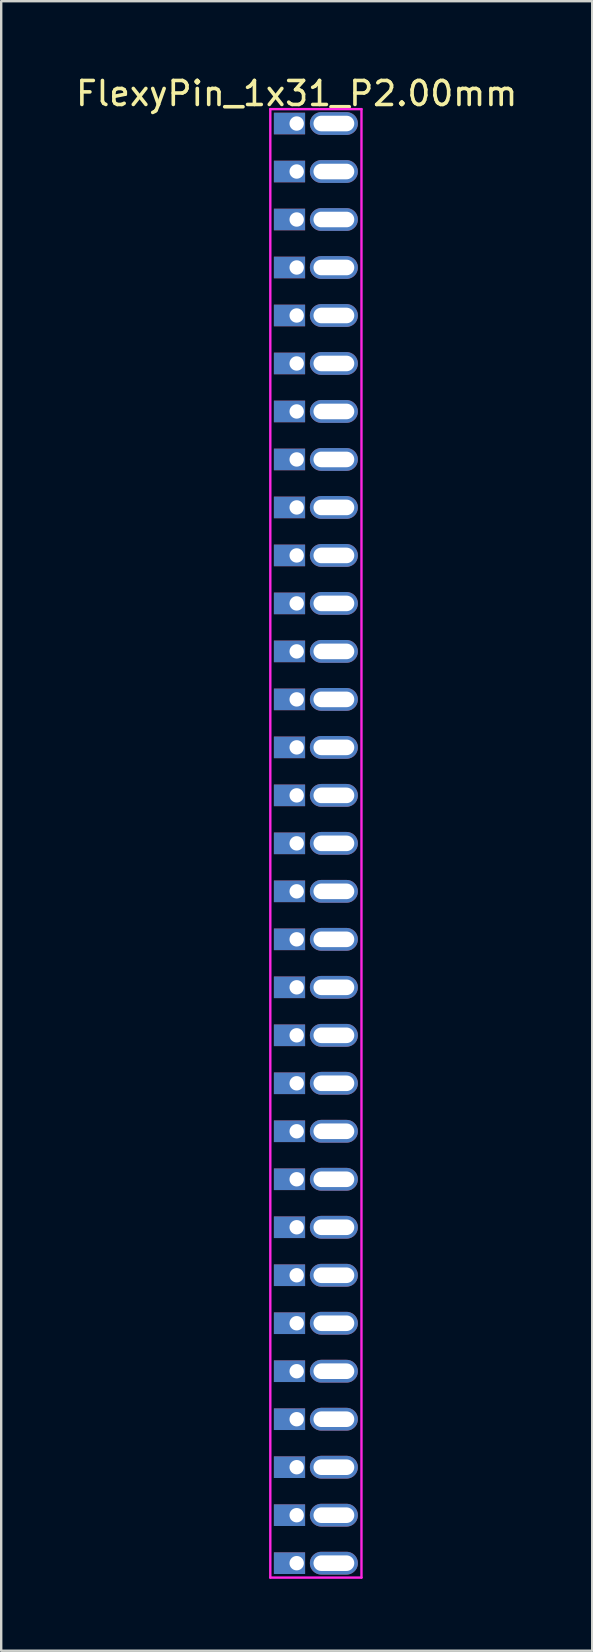
<source format=kicad_pcb>
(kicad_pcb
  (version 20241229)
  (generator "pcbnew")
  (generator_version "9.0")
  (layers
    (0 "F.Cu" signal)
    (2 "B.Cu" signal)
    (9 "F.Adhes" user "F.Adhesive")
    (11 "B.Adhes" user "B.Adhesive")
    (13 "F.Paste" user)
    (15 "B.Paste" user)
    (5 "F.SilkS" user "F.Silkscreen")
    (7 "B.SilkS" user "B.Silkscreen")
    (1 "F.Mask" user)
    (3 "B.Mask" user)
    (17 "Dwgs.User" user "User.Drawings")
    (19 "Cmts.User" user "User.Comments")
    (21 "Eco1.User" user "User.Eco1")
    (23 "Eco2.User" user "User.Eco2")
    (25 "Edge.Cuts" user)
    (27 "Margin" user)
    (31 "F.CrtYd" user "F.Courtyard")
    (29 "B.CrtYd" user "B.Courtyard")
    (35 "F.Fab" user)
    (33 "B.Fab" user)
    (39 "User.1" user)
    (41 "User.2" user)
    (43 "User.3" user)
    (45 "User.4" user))
  (footprint "FlexyPin_1x31_P2.00mm"
    (layer "F.Cu")
    (at 9.315 2.098)
    (property "Reference" "FlexyPin_1x31_P2.00mm" (at 0 -1.25 0) (layer "F.SilkS") (effects (font (size 1 1) (thickness 0.15))))
    (attr through_hole)
    (fp_line (start -1.1 -0.6) (end 2.7 -0.6) (stroke (width 0.1) (type solid)) (layer "F.CrtYd"))
    (fp_line (start -1.1 60.6) (end -1.1 -0.6) (stroke (width 0.1) (type solid)) (layer "F.CrtYd"))
    (fp_line (start 2.7 -0.6) (end 2.7 60.6) (stroke (width 0.1) (type solid)) (layer "F.CrtYd"))
    (fp_line (start 2.7 60.6) (end -1.1 60.6) (stroke (width 0.1) (type solid)) (layer "F.CrtYd"))
    (pad "" thru_hole oval (at 1.55 0) (size 2 0.95) (drill oval 1.7 0.65) (layers "*.Cu" "*.Mask"))
    (pad "" thru_hole oval (at 1.55 2) (size 2 0.95) (drill oval 1.7 0.65) (layers "*.Cu" "*.Mask"))
    (pad "" thru_hole oval (at 1.55 4) (size 2 0.95) (drill oval 1.7 0.65) (layers "*.Cu" "*.Mask"))
    (pad "" thru_hole oval (at 1.55 6) (size 2 0.95) (drill oval 1.7 0.65) (layers "*.Cu" "*.Mask"))
    (pad "" thru_hole oval (at 1.55 8) (size 2 0.95) (drill oval 1.7 0.65) (layers "*.Cu" "*.Mask"))
    (pad "" thru_hole oval (at 1.55 10) (size 2 0.95) (drill oval 1.7 0.65) (layers "*.Cu" "*.Mask"))
    (pad "" thru_hole oval (at 1.55 12) (size 2 0.95) (drill oval 1.7 0.65) (layers "*.Cu" "*.Mask"))
    (pad "" thru_hole oval (at 1.55 14) (size 2 0.95) (drill oval 1.7 0.65) (layers "*.Cu" "*.Mask"))
    (pad "" thru_hole oval (at 1.55 16) (size 2 0.95) (drill oval 1.7 0.65) (layers "*.Cu" "*.Mask"))
    (pad "" thru_hole oval (at 1.55 18) (size 2 0.95) (drill oval 1.7 0.65) (layers "*.Cu" "*.Mask"))
    (pad "" thru_hole oval (at 1.55 20) (size 2 0.95) (drill oval 1.7 0.65) (layers "*.Cu" "*.Mask"))
    (pad "" thru_hole oval (at 1.55 22) (size 2 0.95) (drill oval 1.7 0.65) (layers "*.Cu" "*.Mask"))
    (pad "" thru_hole oval (at 1.55 24) (size 2 0.95) (drill oval 1.7 0.65) (layers "*.Cu" "*.Mask"))
    (pad "" thru_hole oval (at 1.55 26) (size 2 0.95) (drill oval 1.7 0.65) (layers "*.Cu" "*.Mask"))
    (pad "" thru_hole oval (at 1.55 28) (size 2 0.95) (drill oval 1.7 0.65) (layers "*.Cu" "*.Mask"))
    (pad "" thru_hole oval (at 1.55 30) (size 2 0.95) (drill oval 1.7 0.65) (layers "*.Cu" "*.Mask"))
    (pad "" thru_hole oval (at 1.55 32) (size 2 0.95) (drill oval 1.7 0.65) (layers "*.Cu" "*.Mask"))
    (pad "" thru_hole oval (at 1.55 34) (size 2 0.95) (drill oval 1.7 0.65) (layers "*.Cu" "*.Mask"))
    (pad "" thru_hole oval (at 1.55 36) (size 2 0.95) (drill oval 1.7 0.65) (layers "*.Cu" "*.Mask"))
    (pad "" thru_hole oval (at 1.55 38) (size 2 0.95) (drill oval 1.7 0.65) (layers "*.Cu" "*.Mask"))
    (pad "" thru_hole oval (at 1.55 40) (size 2 0.95) (drill oval 1.7 0.65) (layers "*.Cu" "*.Mask"))
    (pad "" thru_hole oval (at 1.55 42) (size 2 0.95) (drill oval 1.7 0.65) (layers "*.Cu" "*.Mask"))
    (pad "" thru_hole oval (at 1.55 44) (size 2 0.95) (drill oval 1.7 0.65) (layers "*.Cu" "*.Mask"))
    (pad "" thru_hole oval (at 1.55 46) (size 2 0.95) (drill oval 1.7 0.65) (layers "*.Cu" "*.Mask"))
    (pad "" thru_hole oval (at 1.55 48) (size 2 0.95) (drill oval 1.7 0.65) (layers "*.Cu" "*.Mask"))
    (pad "" thru_hole oval (at 1.55 50) (size 2 0.95) (drill oval 1.7 0.65) (layers "*.Cu" "*.Mask"))
    (pad "" thru_hole oval (at 1.55 52) (size 2 0.95) (drill oval 1.7 0.65) (layers "*.Cu" "*.Mask"))
    (pad "" thru_hole oval (at 1.55 54) (size 2 0.95) (drill oval 1.7 0.65) (layers "*.Cu" "*.Mask"))
    (pad "" thru_hole oval (at 1.55 56) (size 2 0.95) (drill oval 1.7 0.65) (layers "*.Cu" "*.Mask"))
    (pad "" thru_hole oval (at 1.55 58) (size 2 0.95) (drill oval 1.7 0.65) (layers "*.Cu" "*.Mask"))
    (pad "" thru_hole oval (at 1.55 60) (size 2 0.95) (drill oval 1.7 0.65) (layers "*.Cu" "*.Mask"))
    (pad "1" thru_hole rect (at 0 0) (size 1.3 0.9) (drill 0.6 (offset -0.3 0)) (layers "*.Cu" "*.Mask"))
    (pad "2" thru_hole rect (at 0 2) (size 1.3 0.9) (drill 0.6 (offset -0.3 0)) (layers "*.Cu" "*.Mask"))
    (pad "3" thru_hole rect (at 0 4) (size 1.3 0.9) (drill 0.6 (offset -0.3 0)) (layers "*.Cu" "*.Mask"))
    (pad "4" thru_hole rect (at 0 6) (size 1.3 0.9) (drill 0.6 (offset -0.3 0)) (layers "*.Cu" "*.Mask"))
    (pad "5" thru_hole rect (at 0 8) (size 1.3 0.9) (drill 0.6 (offset -0.3 0)) (layers "*.Cu" "*.Mask"))
    (pad "6" thru_hole rect (at 0 10) (size 1.3 0.9) (drill 0.6 (offset -0.3 0)) (layers "*.Cu" "*.Mask"))
    (pad "7" thru_hole rect (at 0 12) (size 1.3 0.9) (drill 0.6 (offset -0.3 0)) (layers "*.Cu" "*.Mask"))
    (pad "8" thru_hole rect (at 0 14) (size 1.3 0.9) (drill 0.6 (offset -0.3 0)) (layers "*.Cu" "*.Mask"))
    (pad "9" thru_hole rect (at 0 16) (size 1.3 0.9) (drill 0.6 (offset -0.3 0)) (layers "*.Cu" "*.Mask"))
    (pad "10" thru_hole rect (at 0 18) (size 1.3 0.9) (drill 0.6 (offset -0.3 0)) (layers "*.Cu" "*.Mask"))
    (pad "11" thru_hole rect (at 0 20) (size 1.3 0.9) (drill 0.6 (offset -0.3 0)) (layers "*.Cu" "*.Mask"))
    (pad "12" thru_hole rect (at 0 22) (size 1.3 0.9) (drill 0.6 (offset -0.3 0)) (layers "*.Cu" "*.Mask"))
    (pad "13" thru_hole rect (at 0 24) (size 1.3 0.9) (drill 0.6 (offset -0.3 0)) (layers "*.Cu" "*.Mask"))
    (pad "14" thru_hole rect (at 0 26) (size 1.3 0.9) (drill 0.6 (offset -0.3 0)) (layers "*.Cu" "*.Mask"))
    (pad "15" thru_hole rect (at 0 28) (size 1.3 0.9) (drill 0.6 (offset -0.3 0)) (layers "*.Cu" "*.Mask"))
    (pad "16" thru_hole rect (at 0 30) (size 1.3 0.9) (drill 0.6 (offset -0.3 0)) (layers "*.Cu" "*.Mask"))
    (pad "17" thru_hole rect (at 0 32) (size 1.3 0.9) (drill 0.6 (offset -0.3 0)) (layers "*.Cu" "*.Mask"))
    (pad "18" thru_hole rect (at 0 34) (size 1.3 0.9) (drill 0.6 (offset -0.3 0)) (layers "*.Cu" "*.Mask"))
    (pad "19" thru_hole rect (at 0 36) (size 1.3 0.9) (drill 0.6 (offset -0.3 0)) (layers "*.Cu" "*.Mask"))
    (pad "20" thru_hole rect (at 0 38) (size 1.3 0.9) (drill 0.6 (offset -0.3 0)) (layers "*.Cu" "*.Mask"))
    (pad "21" thru_hole rect (at 0 40) (size 1.3 0.9) (drill 0.6 (offset -0.3 0)) (layers "*.Cu" "*.Mask"))
    (pad "22" thru_hole rect (at 0 42) (size 1.3 0.9) (drill 0.6 (offset -0.3 0)) (layers "*.Cu" "*.Mask"))
    (pad "23" thru_hole rect (at 0 44) (size 1.3 0.9) (drill 0.6 (offset -0.3 0)) (layers "*.Cu" "*.Mask"))
    (pad "24" thru_hole rect (at 0 46) (size 1.3 0.9) (drill 0.6 (offset -0.3 0)) (layers "*.Cu" "*.Mask"))
    (pad "25" thru_hole rect (at 0 48) (size 1.3 0.9) (drill 0.6 (offset -0.3 0)) (layers "*.Cu" "*.Mask"))
    (pad "26" thru_hole rect (at 0 50) (size 1.3 0.9) (drill 0.6 (offset -0.3 0)) (layers "*.Cu" "*.Mask"))
    (pad "27" thru_hole rect (at 0 52) (size 1.3 0.9) (drill 0.6 (offset -0.3 0)) (layers "*.Cu" "*.Mask"))
    (pad "28" thru_hole rect (at 0 54) (size 1.3 0.9) (drill 0.6 (offset -0.3 0)) (layers "*.Cu" "*.Mask"))
    (pad "29" thru_hole rect (at 0 56) (size 1.3 0.9) (drill 0.6 (offset -0.3 0)) (layers "*.Cu" "*.Mask"))
    (pad "30" thru_hole rect (at 0 58) (size 1.3 0.9) (drill 0.6 (offset -0.3 0)) (layers "*.Cu" "*.Mask"))
    (pad "31" thru_hole rect (at 0 60) (size 1.3 0.9) (drill 0.6 (offset -0.3 0)) (layers "*.Cu" "*.Mask")))
  (gr_rect
    (start -3 -3)
    (end 21.631 65.748)
    (stroke (width 0.1) (type default))
    (fill no)
    (layer "Edge.Cuts")))
</source>
